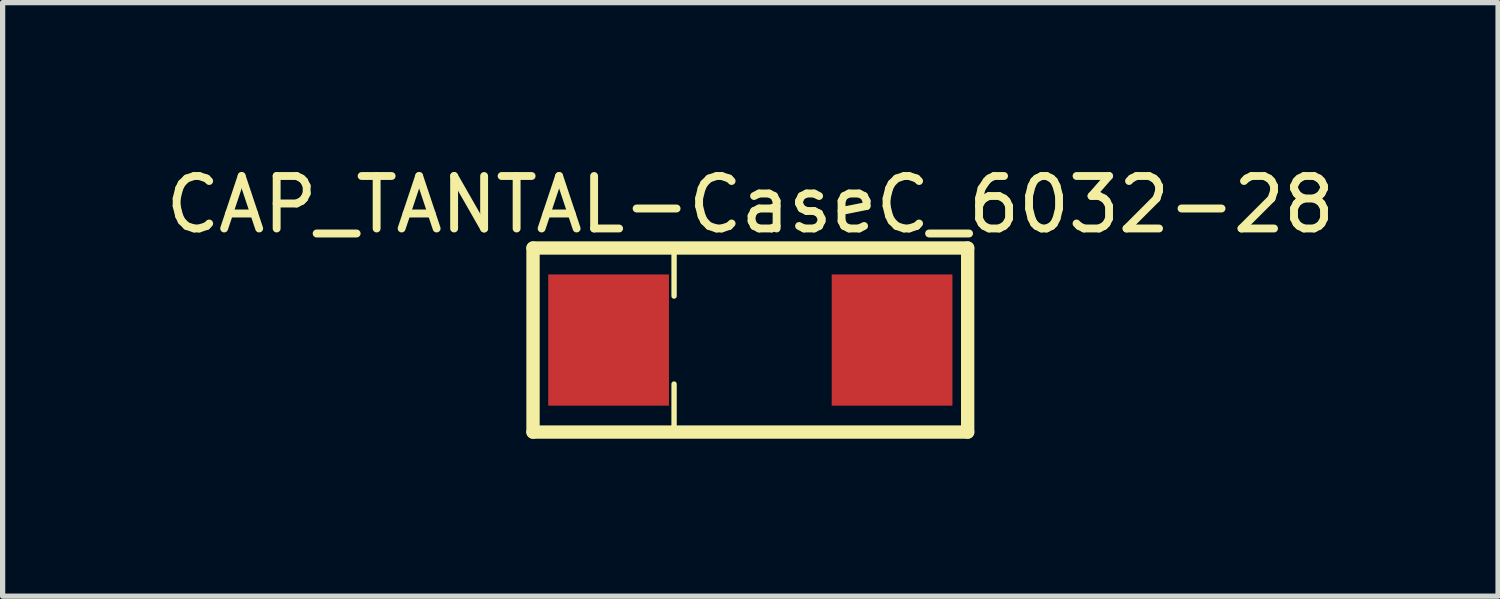
<source format=kicad_pcb>
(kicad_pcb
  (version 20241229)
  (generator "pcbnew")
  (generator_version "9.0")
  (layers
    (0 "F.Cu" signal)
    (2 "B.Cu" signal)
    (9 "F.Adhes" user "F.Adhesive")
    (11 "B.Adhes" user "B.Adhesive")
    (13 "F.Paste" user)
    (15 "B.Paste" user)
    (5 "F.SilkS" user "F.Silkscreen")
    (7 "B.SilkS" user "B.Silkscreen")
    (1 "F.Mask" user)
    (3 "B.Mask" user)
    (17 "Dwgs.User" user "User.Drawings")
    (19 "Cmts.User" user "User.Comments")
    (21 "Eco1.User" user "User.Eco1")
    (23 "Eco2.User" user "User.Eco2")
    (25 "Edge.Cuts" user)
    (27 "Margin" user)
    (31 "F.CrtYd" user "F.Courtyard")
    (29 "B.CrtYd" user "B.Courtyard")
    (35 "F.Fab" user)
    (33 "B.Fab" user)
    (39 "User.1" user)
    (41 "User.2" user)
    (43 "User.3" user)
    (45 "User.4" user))
  (footprint "CAP_TANTAL-CaseC_6032-28"
    (layer "F.Cu")
    (at 11.244 3.428)
    (property "Reference" "CAP_TANTAL-CaseC_6032-28" (at 0 -2.58 0) (layer "F.SilkS") (effects (font (size 1 1) (thickness 0.15))))
    (fp_line (start -4.14 -1.753) (end 4.14 -1.753) (stroke (width 0.254) (type solid)) (layer "F.SilkS"))
    (fp_line (start -4.14 1.753) (end -4.14 -1.753) (stroke (width 0.254) (type solid)) (layer "F.SilkS"))
    (fp_line (start -4.14 1.753) (end 4.14 1.753) (stroke (width 0.254) (type solid)) (layer "F.SilkS"))
    (fp_line (start -1.453 -0.838) (end -1.453 -1.676) (stroke (width 0.102) (type solid)) (layer "F.SilkS"))
    (fp_line (start -1.453 1.676) (end -1.453 0.838) (stroke (width 0.102) (type solid)) (layer "F.SilkS"))
    (fp_line (start 4.14 1.753) (end 4.14 -1.753) (stroke (width 0.254) (type solid)) (layer "F.SilkS"))
    (pad "N" smd rect (at 2.7 0) (size 2.3 2.5) (layers "F.Cu" "F.Mask" "F.Paste"))
    (pad "P" smd rect (at -2.7 0) (size 2.3 2.5) (layers "F.Cu" "F.Mask" "F.Paste")))
  (gr_rect
    (start -3 -3)
    (end 25.488 8.307)
    (stroke (width 0.1) (type default))
    (fill no)
    (layer "Edge.Cuts")))
</source>
